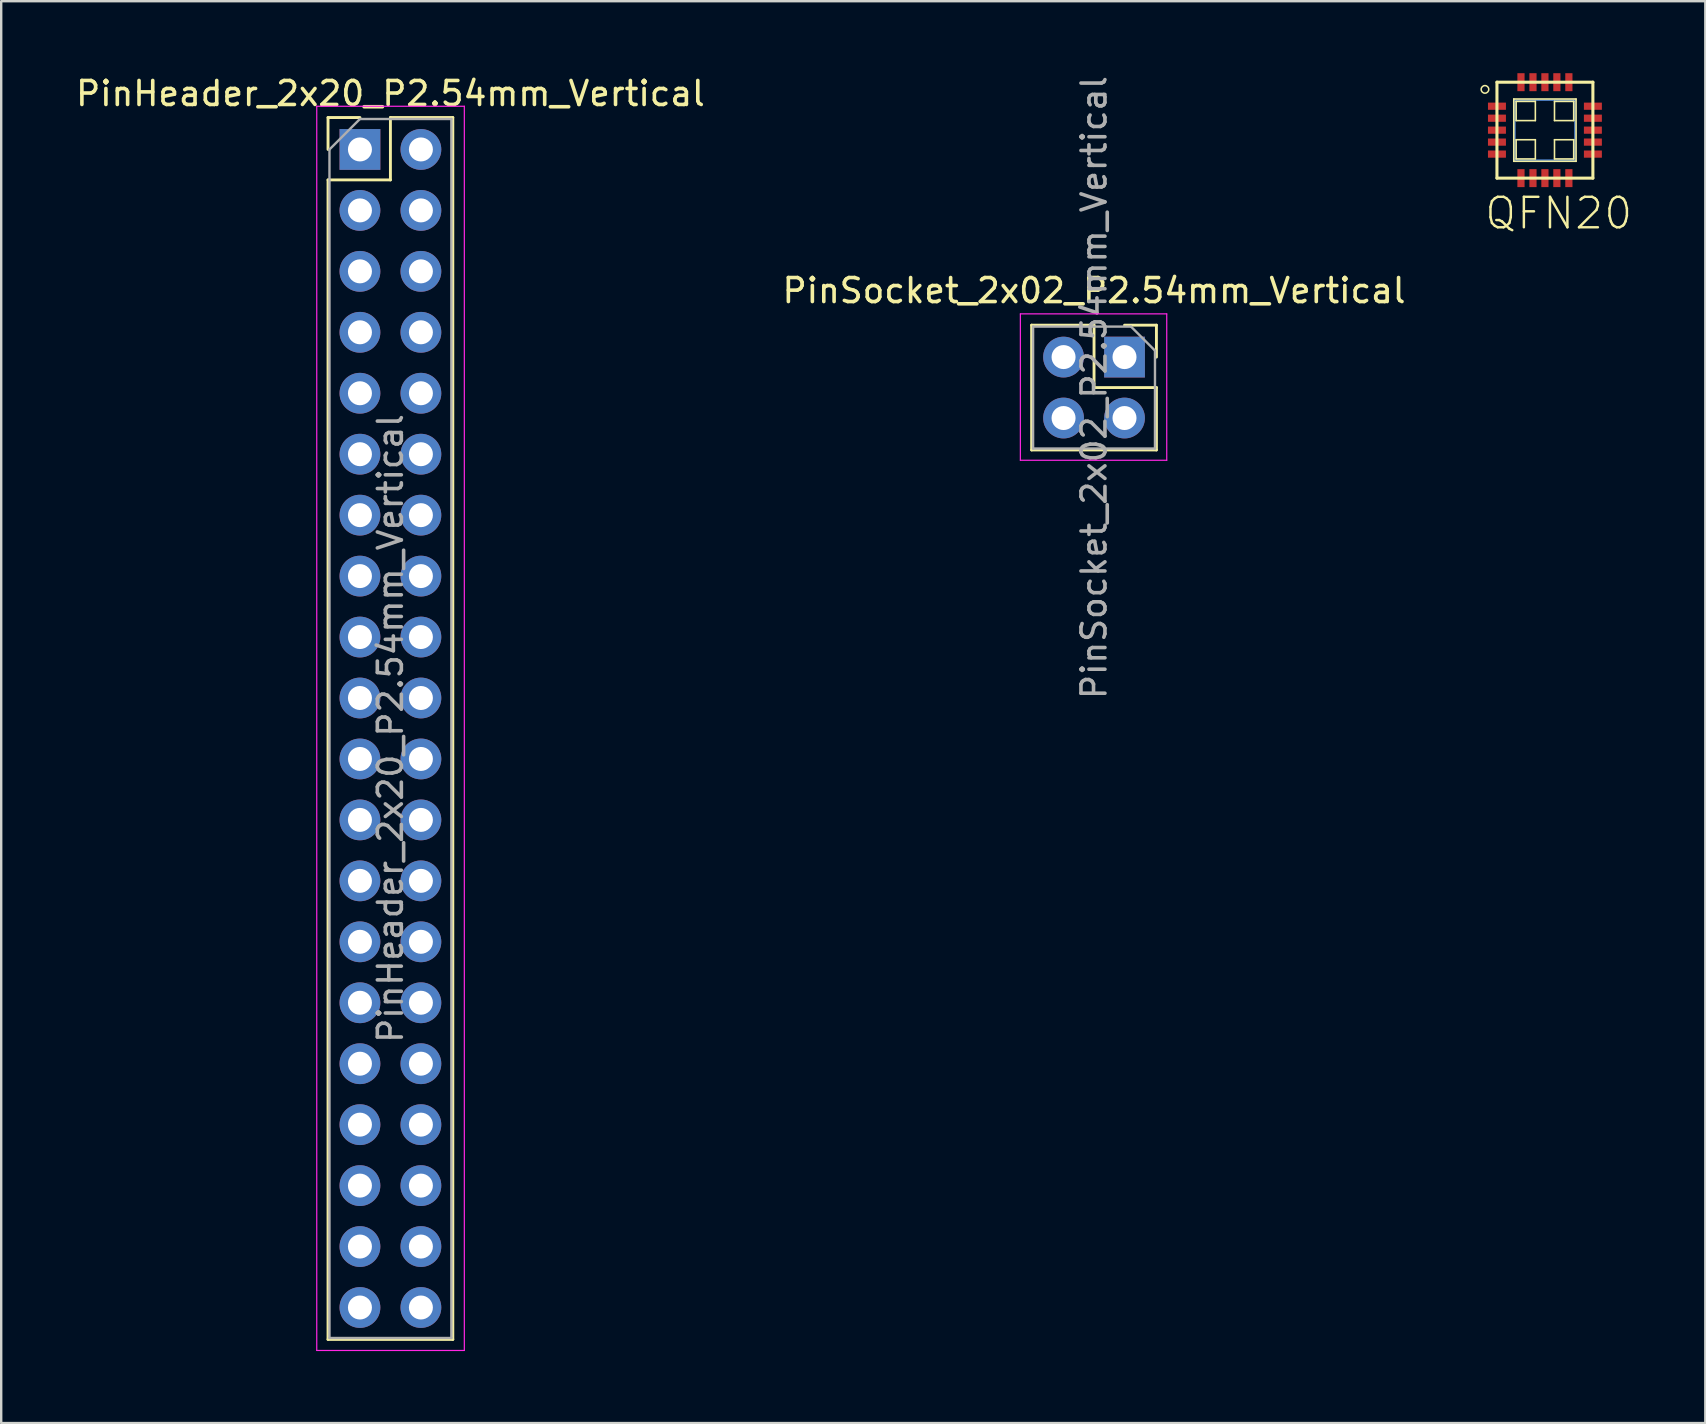
<source format=kicad_pcb>
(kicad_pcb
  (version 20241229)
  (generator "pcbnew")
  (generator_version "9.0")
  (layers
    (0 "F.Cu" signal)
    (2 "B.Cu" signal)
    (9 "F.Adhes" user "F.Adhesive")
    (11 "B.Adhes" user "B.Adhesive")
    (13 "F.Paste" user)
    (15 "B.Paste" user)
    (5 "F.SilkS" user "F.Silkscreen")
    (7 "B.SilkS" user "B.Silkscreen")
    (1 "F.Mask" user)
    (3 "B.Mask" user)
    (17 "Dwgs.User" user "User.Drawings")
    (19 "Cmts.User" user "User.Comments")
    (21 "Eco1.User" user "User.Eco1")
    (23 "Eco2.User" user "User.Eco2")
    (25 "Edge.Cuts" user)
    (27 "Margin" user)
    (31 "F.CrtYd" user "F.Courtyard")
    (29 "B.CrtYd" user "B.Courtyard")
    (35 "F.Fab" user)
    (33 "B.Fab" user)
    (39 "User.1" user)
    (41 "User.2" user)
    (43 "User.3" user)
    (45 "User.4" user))
  (footprint "QFN20"
    (layer "F.Cu")
    (at 61.332 2.374)
    (property "Reference" "QFN20" (at 0.574 3.465 0) (layer "F.SilkS") (effects (font (size 1.27 1.27) (thickness 0.102))))
    (attr smd)
    (fp_line (start -1.25 -1.25) (end 1.25 -1.25) (stroke (width 0.066) (type solid)) (layer "B.Cu"))
    (fp_line (start -1.25 1.25) (end -1.25 -1.25) (stroke (width 0.066) (type solid)) (layer "B.Cu"))
    (fp_line (start -1.25 1.25) (end 1.25 1.25) (stroke (width 0.066) (type solid)) (layer "B.Cu"))
    (fp_line (start 1.25 1.25) (end 1.25 -1.25) (stroke (width 0.066) (type solid)) (layer "B.Cu"))
    (fp_line (start -1.999 -1.999) (end 1.999 -1.999) (stroke (width 0.127) (type solid)) (layer "F.SilkS"))
    (fp_line (start -1.999 1.999) (end -1.999 -1.999) (stroke (width 0.127) (type solid)) (layer "F.SilkS"))
    (fp_line (start -1.298 -1.298) (end 1.298 -1.298) (stroke (width 0.066) (type solid)) (layer "F.SilkS"))
    (fp_line (start -1.298 1.298) (end -1.298 -1.298) (stroke (width 0.066) (type solid)) (layer "F.SilkS"))
    (fp_line (start -1.298 1.298) (end 1.298 1.298) (stroke (width 0.066) (type solid)) (layer "F.SilkS"))
    (fp_line (start -1.199 -1.199) (end -0.399 -1.199) (stroke (width 0.066) (type solid)) (layer "F.SilkS"))
    (fp_line (start -1.199 -0.399) (end -1.199 -1.199) (stroke (width 0.066) (type solid)) (layer "F.SilkS"))
    (fp_line (start -1.199 -0.399) (end -0.399 -0.399) (stroke (width 0.066) (type solid)) (layer "F.SilkS"))
    (fp_line (start -1.199 0.399) (end -0.399 0.399) (stroke (width 0.066) (type solid)) (layer "F.SilkS"))
    (fp_line (start -1.199 1.199) (end -1.199 0.399) (stroke (width 0.066) (type solid)) (layer "F.SilkS"))
    (fp_line (start -1.199 1.199) (end -0.399 1.199) (stroke (width 0.066) (type solid)) (layer "F.SilkS"))
    (fp_line (start -0.399 -0.399) (end -0.399 -1.199) (stroke (width 0.066) (type solid)) (layer "F.SilkS"))
    (fp_line (start -0.399 1.199) (end -0.399 0.399) (stroke (width 0.066) (type solid)) (layer "F.SilkS"))
    (fp_line (start 0.399 -1.199) (end 1.199 -1.199) (stroke (width 0.066) (type solid)) (layer "F.SilkS"))
    (fp_line (start 0.399 -0.399) (end 0.399 -1.199) (stroke (width 0.066) (type solid)) (layer "F.SilkS"))
    (fp_line (start 0.399 -0.399) (end 1.199 -0.399) (stroke (width 0.066) (type solid)) (layer "F.SilkS"))
    (fp_line (start 0.399 0.399) (end 1.199 0.399) (stroke (width 0.066) (type solid)) (layer "F.SilkS"))
    (fp_line (start 0.399 1.199) (end 0.399 0.399) (stroke (width 0.066) (type solid)) (layer "F.SilkS"))
    (fp_line (start 0.399 1.199) (end 1.199 1.199) (stroke (width 0.066) (type solid)) (layer "F.SilkS"))
    (fp_line (start 1.199 -0.399) (end 1.199 -1.199) (stroke (width 0.066) (type solid)) (layer "F.SilkS"))
    (fp_line (start 1.199 1.199) (end 1.199 0.399) (stroke (width 0.066) (type solid)) (layer "F.SilkS"))
    (fp_line (start 1.298 1.298) (end 1.298 -1.298) (stroke (width 0.066) (type solid)) (layer "F.SilkS"))
    (fp_line (start 1.999 -1.999) (end 1.999 1.999) (stroke (width 0.127) (type solid)) (layer "F.SilkS"))
    (fp_line (start 1.999 1.999) (end -1.999 1.999) (stroke (width 0.127) (type solid)) (layer "F.SilkS"))
    (fp_circle (center -2.499 -1.699) (end -2.611 -1.811) (stroke (width 0.064) (type solid)) (fill no) (layer "F.SilkS"))
    (pad "1" smd rect (at -1.999 -0.998) (size 0.749 0.3) (layers "F.Cu" "F.Mask" "F.Paste"))
    (pad "2" smd rect (at -1.999 -0.498) (size 0.749 0.3) (layers "F.Cu" "F.Mask" "F.Paste"))
    (pad "3" smd rect (at -1.999 0) (size 0.749 0.3) (layers "F.Cu" "F.Mask" "F.Paste"))
    (pad "4" smd rect (at -1.999 0.498) (size 0.749 0.3) (layers "F.Cu" "F.Mask" "F.Paste"))
    (pad "5" smd rect (at -1.999 0.998) (size 0.749 0.3) (layers "F.Cu" "F.Mask" "F.Paste"))
    (pad "6" smd rect (at -0.998 1.999 90) (size 0.749 0.3) (layers "F.Cu" "F.Mask" "F.Paste"))
    (pad "7" smd rect (at -0.498 1.999 90) (size 0.749 0.3) (layers "F.Cu" "F.Mask" "F.Paste"))
    (pad "8" smd rect (at 0 1.999 90) (size 0.749 0.3) (layers "F.Cu" "F.Mask" "F.Paste"))
    (pad "9" smd rect (at 0.498 1.999 90) (size 0.749 0.3) (layers "F.Cu" "F.Mask" "F.Paste"))
    (pad "10" smd rect (at 0.998 1.999 90) (size 0.749 0.3) (layers "F.Cu" "F.Mask" "F.Paste"))
    (pad "11" smd rect (at 1.999 0.998 180) (size 0.749 0.3) (layers "F.Cu" "F.Mask" "F.Paste"))
    (pad "12" smd rect (at 1.999 0.498 180) (size 0.749 0.3) (layers "F.Cu" "F.Mask" "F.Paste"))
    (pad "13" smd rect (at 1.999 0 180) (size 0.749 0.3) (layers "F.Cu" "F.Mask" "F.Paste"))
    (pad "14" smd rect (at 1.999 -0.498 180) (size 0.749 0.3) (layers "F.Cu" "F.Mask" "F.Paste"))
    (pad "15" smd rect (at 1.999 -0.998 180) (size 0.749 0.3) (layers "F.Cu" "F.Mask" "F.Paste"))
    (pad "16" smd rect (at 0.998 -1.999 270) (size 0.749 0.3) (layers "F.Cu" "F.Mask" "F.Paste"))
    (pad "17" smd rect (at 0.498 -1.999 270) (size 0.749 0.3) (layers "F.Cu" "F.Mask" "F.Paste"))
    (pad "18" smd rect (at 0 -1.999 270) (size 0.749 0.3) (layers "F.Cu" "F.Mask" "F.Paste"))
    (pad "19" smd rect (at -0.498 -1.999 270) (size 0.749 0.3) (layers "F.Cu" "F.Mask" "F.Paste"))
    (pad "20" smd rect (at -0.998 -1.999 270) (size 0.749 0.3) (layers "F.Cu" "F.Mask" "F.Paste")))
  (footprint "PinHeader_2x20_P2.54mm_Vertical"
    (layer "F.Cu")
    (at 11.95 3.178)
    (property "Reference" "PinHeader_2x20_P2.54mm_Vertical" (at 1.27 -2.33 0) (layer "F.SilkS") (effects (font (size 1 1) (thickness 0.15))))
    (attr through_hole)
    (fp_line (start -1.33 -1.33) (end 0 -1.33) (stroke (width 0.12) (type solid)) (layer "F.SilkS"))
    (fp_line (start -1.33 0) (end -1.33 -1.33) (stroke (width 0.12) (type solid)) (layer "F.SilkS"))
    (fp_line (start -1.33 1.27) (end -1.33 49.59) (stroke (width 0.12) (type solid)) (layer "F.SilkS"))
    (fp_line (start -1.33 1.27) (end 1.27 1.27) (stroke (width 0.12) (type solid)) (layer "F.SilkS"))
    (fp_line (start -1.33 49.59) (end 3.87 49.59) (stroke (width 0.12) (type solid)) (layer "F.SilkS"))
    (fp_line (start 1.27 -1.33) (end 3.87 -1.33) (stroke (width 0.12) (type solid)) (layer "F.SilkS"))
    (fp_line (start 1.27 1.27) (end 1.27 -1.33) (stroke (width 0.12) (type solid)) (layer "F.SilkS"))
    (fp_line (start 3.87 -1.33) (end 3.87 49.59) (stroke (width 0.12) (type solid)) (layer "F.SilkS"))
    (fp_line (start -1.8 -1.8) (end -1.8 50.05) (stroke (width 0.05) (type solid)) (layer "F.CrtYd"))
    (fp_line (start -1.8 50.05) (end 4.35 50.05) (stroke (width 0.05) (type solid)) (layer "F.CrtYd"))
    (fp_line (start 4.35 -1.8) (end -1.8 -1.8) (stroke (width 0.05) (type solid)) (layer "F.CrtYd"))
    (fp_line (start 4.35 50.05) (end 4.35 -1.8) (stroke (width 0.05) (type solid)) (layer "F.CrtYd"))
    (fp_line (start -1.27 0) (end 0 -1.27) (stroke (width 0.1) (type solid)) (layer "F.Fab"))
    (fp_line (start -1.27 49.53) (end -1.27 0) (stroke (width 0.1) (type solid)) (layer "F.Fab"))
    (fp_line (start 0 -1.27) (end 3.81 -1.27) (stroke (width 0.1) (type solid)) (layer "F.Fab"))
    (fp_line (start 3.81 -1.27) (end 3.81 49.53) (stroke (width 0.1) (type solid)) (layer "F.Fab"))
    (fp_line (start 3.81 49.53) (end -1.27 49.53) (stroke (width 0.1) (type solid)) (layer "F.Fab"))
    (fp_text user "${REFERENCE}" (at 1.27 24.13 90) (layer "F.Fab") (effects (font (size 1 1) (thickness 0.15))))
    (pad "1" thru_hole rect (at 0 0) (size 1.7 1.7) (drill 1) (layers "*.Cu" "*.Mask"))
    (pad "2" thru_hole oval (at 2.54 0) (size 1.7 1.7) (drill 1) (layers "*.Cu" "*.Mask"))
    (pad "3" thru_hole oval (at 0 2.54) (size 1.7 1.7) (drill 1) (layers "*.Cu" "*.Mask"))
    (pad "4" thru_hole oval (at 2.54 2.54) (size 1.7 1.7) (drill 1) (layers "*.Cu" "*.Mask"))
    (pad "5" thru_hole oval (at 0 5.08) (size 1.7 1.7) (drill 1) (layers "*.Cu" "*.Mask"))
    (pad "6" thru_hole oval (at 2.54 5.08) (size 1.7 1.7) (drill 1) (layers "*.Cu" "*.Mask"))
    (pad "7" thru_hole oval (at 0 7.62) (size 1.7 1.7) (drill 1) (layers "*.Cu" "*.Mask"))
    (pad "8" thru_hole oval (at 2.54 7.62) (size 1.7 1.7) (drill 1) (layers "*.Cu" "*.Mask"))
    (pad "9" thru_hole oval (at 0 10.16) (size 1.7 1.7) (drill 1) (layers "*.Cu" "*.Mask"))
    (pad "10" thru_hole oval (at 2.54 10.16) (size 1.7 1.7) (drill 1) (layers "*.Cu" "*.Mask"))
    (pad "11" thru_hole oval (at 0 12.7) (size 1.7 1.7) (drill 1) (layers "*.Cu" "*.Mask"))
    (pad "12" thru_hole oval (at 2.54 12.7) (size 1.7 1.7) (drill 1) (layers "*.Cu" "*.Mask"))
    (pad "13" thru_hole oval (at 0 15.24) (size 1.7 1.7) (drill 1) (layers "*.Cu" "*.Mask"))
    (pad "14" thru_hole oval (at 2.54 15.24) (size 1.7 1.7) (drill 1) (layers "*.Cu" "*.Mask"))
    (pad "15" thru_hole oval (at 0 17.78) (size 1.7 1.7) (drill 1) (layers "*.Cu" "*.Mask"))
    (pad "16" thru_hole oval (at 2.54 17.78) (size 1.7 1.7) (drill 1) (layers "*.Cu" "*.Mask"))
    (pad "17" thru_hole oval (at 0 20.32) (size 1.7 1.7) (drill 1) (layers "*.Cu" "*.Mask"))
    (pad "18" thru_hole oval (at 2.54 20.32) (size 1.7 1.7) (drill 1) (layers "*.Cu" "*.Mask"))
    (pad "19" thru_hole oval (at 0 22.86) (size 1.7 1.7) (drill 1) (layers "*.Cu" "*.Mask"))
    (pad "20" thru_hole oval (at 2.54 22.86) (size 1.7 1.7) (drill 1) (layers "*.Cu" "*.Mask"))
    (pad "21" thru_hole oval (at 0 25.4) (size 1.7 1.7) (drill 1) (layers "*.Cu" "*.Mask"))
    (pad "22" thru_hole oval (at 2.54 25.4) (size 1.7 1.7) (drill 1) (layers "*.Cu" "*.Mask"))
    (pad "23" thru_hole oval (at 0 27.94) (size 1.7 1.7) (drill 1) (layers "*.Cu" "*.Mask"))
    (pad "24" thru_hole oval (at 2.54 27.94) (size 1.7 1.7) (drill 1) (layers "*.Cu" "*.Mask"))
    (pad "25" thru_hole oval (at 0 30.48) (size 1.7 1.7) (drill 1) (layers "*.Cu" "*.Mask"))
    (pad "26" thru_hole oval (at 2.54 30.48) (size 1.7 1.7) (drill 1) (layers "*.Cu" "*.Mask"))
    (pad "27" thru_hole oval (at 0 33.02) (size 1.7 1.7) (drill 1) (layers "*.Cu" "*.Mask"))
    (pad "28" thru_hole oval (at 2.54 33.02) (size 1.7 1.7) (drill 1) (layers "*.Cu" "*.Mask"))
    (pad "29" thru_hole oval (at 0 35.56) (size 1.7 1.7) (drill 1) (layers "*.Cu" "*.Mask"))
    (pad "30" thru_hole oval (at 2.54 35.56) (size 1.7 1.7) (drill 1) (layers "*.Cu" "*.Mask"))
    (pad "31" thru_hole oval (at 0 38.1) (size 1.7 1.7) (drill 1) (layers "*.Cu" "*.Mask"))
    (pad "32" thru_hole oval (at 2.54 38.1) (size 1.7 1.7) (drill 1) (layers "*.Cu" "*.Mask"))
    (pad "33" thru_hole oval (at 0 40.64) (size 1.7 1.7) (drill 1) (layers "*.Cu" "*.Mask"))
    (pad "34" thru_hole oval (at 2.54 40.64) (size 1.7 1.7) (drill 1) (layers "*.Cu" "*.Mask"))
    (pad "35" thru_hole oval (at 0 43.18) (size 1.7 1.7) (drill 1) (layers "*.Cu" "*.Mask"))
    (pad "36" thru_hole oval (at 2.54 43.18) (size 1.7 1.7) (drill 1) (layers "*.Cu" "*.Mask"))
    (pad "37" thru_hole oval (at 0 45.72) (size 1.7 1.7) (drill 1) (layers "*.Cu" "*.Mask"))
    (pad "38" thru_hole oval (at 2.54 45.72) (size 1.7 1.7) (drill 1) (layers "*.Cu" "*.Mask"))
    (pad "39" thru_hole oval (at 0 48.26) (size 1.7 1.7) (drill 1) (layers "*.Cu" "*.Mask"))
    (pad "40" thru_hole oval (at 2.54 48.26) (size 1.7 1.7) (drill 1) (layers "*.Cu" "*.Mask")))
  (footprint "PinSocket_2x02_P2.54mm_Vertical"
    (layer "F.Cu")
    (at 43.812 11.831)
    (property "Reference" "PinSocket_2x02_P2.54mm_Vertical" (at -1.27 -2.77 0) (layer "F.SilkS") (effects (font (size 1 1) (thickness 0.15))))
    (attr through_hole)
    (fp_line (start -3.87 -1.33) (end -3.87 3.87) (stroke (width 0.12) (type solid)) (layer "F.SilkS"))
    (fp_line (start -3.87 -1.33) (end -1.27 -1.33) (stroke (width 0.12) (type solid)) (layer "F.SilkS"))
    (fp_line (start -3.87 3.87) (end 1.33 3.87) (stroke (width 0.12) (type solid)) (layer "F.SilkS"))
    (fp_line (start -1.27 -1.33) (end -1.27 1.27) (stroke (width 0.12) (type solid)) (layer "F.SilkS"))
    (fp_line (start -1.27 1.27) (end 1.33 1.27) (stroke (width 0.12) (type solid)) (layer "F.SilkS"))
    (fp_line (start 0 -1.33) (end 1.33 -1.33) (stroke (width 0.12) (type solid)) (layer "F.SilkS"))
    (fp_line (start 1.33 -1.33) (end 1.33 0) (stroke (width 0.12) (type solid)) (layer "F.SilkS"))
    (fp_line (start 1.33 1.27) (end 1.33 3.87) (stroke (width 0.12) (type solid)) (layer "F.SilkS"))
    (fp_line (start -4.34 -1.8) (end 1.76 -1.8) (stroke (width 0.05) (type solid)) (layer "F.CrtYd"))
    (fp_line (start -4.34 4.3) (end -4.34 -1.8) (stroke (width 0.05) (type solid)) (layer "F.CrtYd"))
    (fp_line (start 1.76 -1.8) (end 1.76 4.3) (stroke (width 0.05) (type solid)) (layer "F.CrtYd"))
    (fp_line (start 1.76 4.3) (end -4.34 4.3) (stroke (width 0.05) (type solid)) (layer "F.CrtYd"))
    (fp_line (start -3.81 -1.27) (end 0.27 -1.27) (stroke (width 0.1) (type solid)) (layer "F.Fab"))
    (fp_line (start -3.81 3.81) (end -3.81 -1.27) (stroke (width 0.1) (type solid)) (layer "F.Fab"))
    (fp_line (start 0.27 -1.27) (end 1.27 -0.27) (stroke (width 0.1) (type solid)) (layer "F.Fab"))
    (fp_line (start 1.27 -0.27) (end 1.27 3.81) (stroke (width 0.1) (type solid)) (layer "F.Fab"))
    (fp_line (start 1.27 3.81) (end -3.81 3.81) (stroke (width 0.1) (type solid)) (layer "F.Fab"))
    (fp_text user "${REFERENCE}" (at -1.27 1.27 90) (layer "F.Fab") (effects (font (size 1 1) (thickness 0.15))))
    (pad "1" thru_hole rect (at 0 0) (size 1.7 1.7) (drill 1) (layers "*.Cu" "*.Mask"))
    (pad "2" thru_hole oval (at -2.54 0) (size 1.7 1.7) (drill 1) (layers "*.Cu" "*.Mask"))
    (pad "3" thru_hole oval (at 0 2.54) (size 1.7 1.7) (drill 1) (layers "*.Cu" "*.Mask"))
    (pad "4" thru_hole oval (at -2.54 2.54) (size 1.7 1.7) (drill 1) (layers "*.Cu" "*.Mask")))
  (gr_rect
    (start -3 -3)
    (end 68.016 56.253)
    (stroke (width 0.1) (type default))
    (fill no)
    (layer "Edge.Cuts")))
</source>
